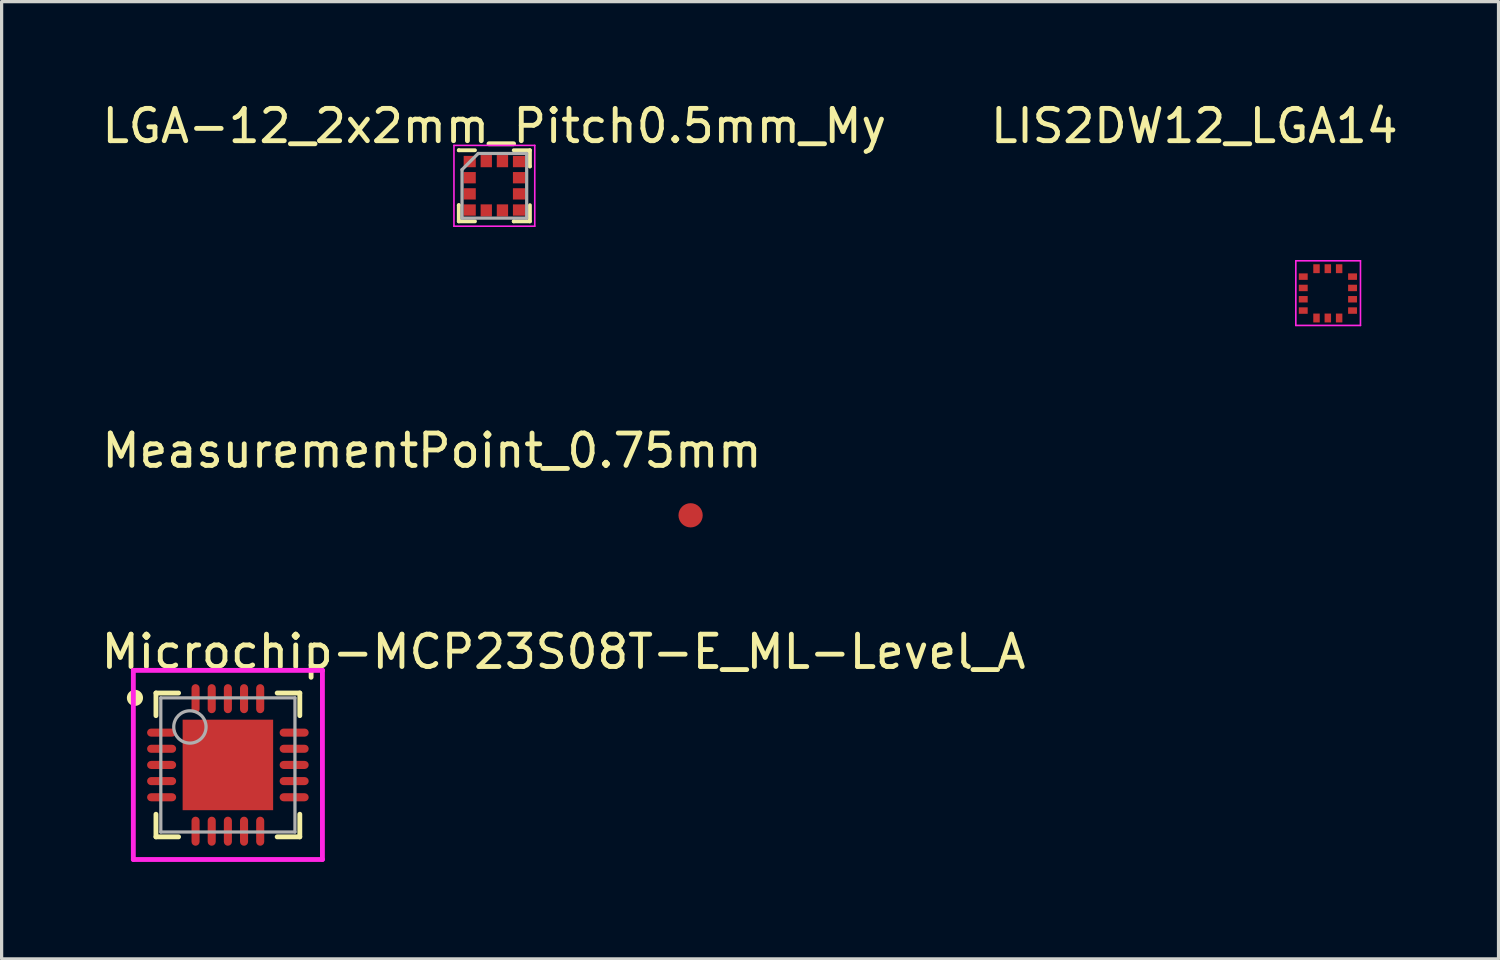
<source format=kicad_pcb>
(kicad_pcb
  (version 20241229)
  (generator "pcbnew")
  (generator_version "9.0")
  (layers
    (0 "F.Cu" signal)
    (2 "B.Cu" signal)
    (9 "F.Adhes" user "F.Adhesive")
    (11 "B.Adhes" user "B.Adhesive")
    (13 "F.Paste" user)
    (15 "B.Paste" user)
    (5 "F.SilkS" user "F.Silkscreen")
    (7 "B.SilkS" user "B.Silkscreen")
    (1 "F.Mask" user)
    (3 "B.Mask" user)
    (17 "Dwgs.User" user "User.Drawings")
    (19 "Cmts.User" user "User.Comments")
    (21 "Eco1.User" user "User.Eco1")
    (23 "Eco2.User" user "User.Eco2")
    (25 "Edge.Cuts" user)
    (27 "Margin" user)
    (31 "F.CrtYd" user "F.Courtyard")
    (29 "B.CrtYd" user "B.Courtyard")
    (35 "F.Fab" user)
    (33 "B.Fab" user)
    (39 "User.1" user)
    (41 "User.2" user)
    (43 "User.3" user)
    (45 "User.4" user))
  (footprint "LGA-12_2x2mm_Pitch0.5mm_My"
    (layer "F.Cu")
    (at 12.244 2.698)
    (property "Reference" "LGA-12_2x2mm_Pitch0.5mm_My" (at 0 -1.85 0) (layer "F.SilkS") (effects (font (size 1 1) (thickness 0.15))))
    (attr smd)
    (fp_line (start -1.1 -1.1) (end -1.1 -1.1) (stroke (width 0.12) (type solid)) (layer "F.SilkS"))
    (fp_line (start -1.1 0.6) (end -1.1 0.6) (stroke (width 0.12) (type solid)) (layer "F.SilkS"))
    (fp_line (start -1.1 1.1) (end -1.1 0.6) (stroke (width 0.12) (type solid)) (layer "F.SilkS"))
    (fp_line (start -0.6 -1.1) (end -1.1 -1.1) (stroke (width 0.12) (type solid)) (layer "F.SilkS"))
    (fp_line (start -0.6 1.1) (end -1.1 1.1) (stroke (width 0.12) (type solid)) (layer "F.SilkS"))
    (fp_line (start 0.6 -1.1) (end 1.1 -1.1) (stroke (width 0.12) (type solid)) (layer "F.SilkS"))
    (fp_line (start 0.6 1.1) (end 0.6 1.1) (stroke (width 0.12) (type solid)) (layer "F.SilkS"))
    (fp_line (start 1.1 -1.1) (end 1.1 -0.6) (stroke (width 0.12) (type solid)) (layer "F.SilkS"))
    (fp_line (start 1.1 -0.6) (end 1.1 -0.6) (stroke (width 0.12) (type solid)) (layer "F.SilkS"))
    (fp_line (start 1.1 0.6) (end 1.1 1.1) (stroke (width 0.12) (type solid)) (layer "F.SilkS"))
    (fp_line (start 1.1 1.1) (end 0.6 1.1) (stroke (width 0.12) (type solid)) (layer "F.SilkS"))
    (fp_line (start -1.25 -1.25) (end 1.25 -1.25) (stroke (width 0.05) (type solid)) (layer "F.CrtYd"))
    (fp_line (start -1.25 1.25) (end -1.25 -1.25) (stroke (width 0.05) (type solid)) (layer "F.CrtYd"))
    (fp_line (start 1.25 -1.25) (end 1.25 1.25) (stroke (width 0.05) (type solid)) (layer "F.CrtYd"))
    (fp_line (start 1.25 1.25) (end -1.25 1.25) (stroke (width 0.05) (type solid)) (layer "F.CrtYd"))
    (fp_line (start -1 -0.5) (end -0.5 -1) (stroke (width 0.1) (type solid)) (layer "F.Fab"))
    (fp_line (start -1 1) (end -1 -0.5) (stroke (width 0.1) (type solid)) (layer "F.Fab"))
    (fp_line (start -0.5 -1) (end 1 -1) (stroke (width 0.1) (type solid)) (layer "F.Fab"))
    (fp_line (start 1 -1) (end 1 1) (stroke (width 0.1) (type solid)) (layer "F.Fab"))
    (fp_line (start 1 1) (end -1 1) (stroke (width 0.1) (type solid)) (layer "F.Fab"))
    (pad "1" smd rect (at -0.762 -0.75) (size 0.375 0.35) (layers "F.Cu" "F.Mask" "F.Paste"))
    (pad "2" smd rect (at -0.762 -0.25) (size 0.375 0.35) (layers "F.Cu" "F.Mask" "F.Paste"))
    (pad "3" smd rect (at -0.762 0.25) (size 0.375 0.35) (layers "F.Cu" "F.Mask" "F.Paste"))
    (pad "4" smd rect (at -0.762 0.75) (size 0.375 0.35) (layers "F.Cu" "F.Mask" "F.Paste"))
    (pad "5" smd rect (at -0.25 0.762 90) (size 0.375 0.35) (layers "F.Cu" "F.Mask" "F.Paste"))
    (pad "6" smd rect (at 0.25 0.762 90) (size 0.375 0.35) (layers "F.Cu" "F.Mask" "F.Paste"))
    (pad "7" smd rect (at 0.762 0.75) (size 0.375 0.35) (layers "F.Cu" "F.Mask" "F.Paste"))
    (pad "8" smd rect (at 0.762 0.25) (size 0.375 0.35) (layers "F.Cu" "F.Mask" "F.Paste"))
    (pad "9" smd rect (at 0.762 -0.25) (size 0.375 0.35) (layers "F.Cu" "F.Mask" "F.Paste"))
    (pad "10" smd rect (at 0.762 -0.75) (size 0.375 0.35) (layers "F.Cu" "F.Mask" "F.Paste"))
    (pad "11" smd rect (at 0.25 -0.762 90) (size 0.375 0.35) (layers "F.Cu" "F.Mask" "F.Paste"))
    (pad "12" smd rect (at -0.25 -0.762 90) (size 0.375 0.35) (layers "F.Cu" "F.Mask" "F.Paste")))
  (footprint "MeasurementPoint_0.75mm"
    (layer "F.Cu")
    (at 18.315 12.892)
    (property "Reference" "MeasurementPoint_0.75mm" (at -8 -2 0) (layer "F.SilkS") (effects (font (size 1 1) (thickness 0.15))))
    (attr through_hole)
    (pad "1" smd circle (at 0 0) (size 0.75 0.75) (layers "F.Cu" "F.Mask" "F.Paste")))
  (footprint "LIS2DW12_LGA14"
    (layer "F.Cu")
    (at 38.039 6.268)
    (property "Reference" "LIS2DW12_LGA14" (at -4.14 -5.42 0) (layer "F.SilkS") (effects (font (size 1 1) (thickness 0.15))))
    (attr through_hole)
    (fp_line (start -1 -1.25) (end -1 0.75) (stroke (width 0.05) (type solid)) (layer "F.CrtYd"))
    (fp_line (start -1 -1.25) (end 1 -1.25) (stroke (width 0.05) (type solid)) (layer "F.CrtYd"))
    (fp_line (start -1 0.75) (end 1 0.75) (stroke (width 0.05) (type solid)) (layer "F.CrtYd"))
    (fp_line (start 1 -1.25) (end 1 0.75) (stroke (width 0.05) (type solid)) (layer "F.CrtYd"))
    (pad "1" smd rect (at -0.77 -0.76) (size 0.275 0.2) (layers "F.Cu" "F.Mask" "F.Paste"))
    (pad "2" smd rect (at -0.77 -0.41) (size 0.275 0.2) (layers "F.Cu" "F.Mask" "F.Paste"))
    (pad "3" smd rect (at -0.77 -0.06) (size 0.275 0.2) (layers "F.Cu" "F.Mask" "F.Paste"))
    (pad "4" smd rect (at -0.77 0.29) (size 0.275 0.2) (layers "F.Cu" "F.Mask" "F.Paste"))
    (pad "5" smd rect (at -0.36 0.52 90) (size 0.275 0.2) (layers "F.Cu" "F.Mask" "F.Paste"))
    (pad "6" smd rect (at -0.01 0.52 90) (size 0.275 0.2) (layers "F.Cu" "F.Mask" "F.Paste"))
    (pad "7" smd rect (at 0.34 0.52 90) (size 0.275 0.2) (layers "F.Cu" "F.Mask" "F.Paste"))
    (pad "8" smd rect (at 0.755 0.29) (size 0.275 0.2) (layers "F.Cu" "F.Mask" "F.Paste"))
    (pad "9" smd rect (at 0.755 -0.06) (size 0.275 0.2) (layers "F.Cu" "F.Mask" "F.Paste"))
    (pad "10" smd rect (at 0.755 -0.41) (size 0.275 0.2) (layers "F.Cu" "F.Mask" "F.Paste"))
    (pad "11" smd rect (at 0.755 -0.76) (size 0.275 0.2) (layers "F.Cu" "F.Mask" "F.Paste"))
    (pad "12" smd rect (at 0.34 -1.005 90) (size 0.275 0.2) (layers "F.Cu" "F.Mask" "F.Paste"))
    (pad "13" smd rect (at -0.01 -1.005 90) (size 0.275 0.2) (layers "F.Cu" "F.Mask" "F.Paste"))
    (pad "14" smd rect (at -0.36 -1.005 90) (size 0.275 0.2) (layers "F.Cu" "F.Mask" "F.Paste")))
  (footprint "Microchip-MCP23S08T-E_ML-Level_A"
    (layer "F.Cu")
    (at 4 20.615)
    (property "Reference" "Microchip-MCP23S08T-E_ML-Level_A" (at -4 -3.5 0) (layer "F.SilkS") (effects (font (size 1 1) (thickness 0.15)) (justify left)))
    (attr through_hole)
    (fp_line (start -2.225 -2.225) (end -1.525 -2.225) (stroke (width 0.15) (type solid)) (layer "F.SilkS"))
    (fp_line (start -2.225 -1.525) (end -2.225 -2.225) (stroke (width 0.15) (type solid)) (layer "F.SilkS"))
    (fp_line (start -2.225 2.225) (end -2.225 1.525) (stroke (width 0.15) (type solid)) (layer "F.SilkS"))
    (fp_line (start -2.225 2.225) (end -1.525 2.225) (stroke (width 0.15) (type solid)) (layer "F.SilkS"))
    (fp_line (start 1.525 -2.225) (end 2.225 -2.225) (stroke (width 0.15) (type solid)) (layer "F.SilkS"))
    (fp_line (start 1.525 2.225) (end 2.225 2.225) (stroke (width 0.15) (type solid)) (layer "F.SilkS"))
    (fp_line (start 2.225 -1.525) (end 2.225 -2.225) (stroke (width 0.15) (type solid)) (layer "F.SilkS"))
    (fp_line (start 2.225 2.225) (end 2.225 1.525) (stroke (width 0.15) (type solid)) (layer "F.SilkS"))
    (fp_circle (center -2.875 -2.075) (end -2.75 -2.075) (stroke (width 0.25) (type solid)) (fill no) (layer "F.SilkS"))
    (fp_line (start -2.925 -2.925) (end -2.925 2.925) (stroke (width 0.15) (type solid)) (layer "F.CrtYd"))
    (fp_line (start -2.925 2.925) (end 2.925 2.925) (stroke (width 0.15) (type solid)) (layer "F.CrtYd"))
    (fp_line (start 2.925 -2.925) (end -2.925 -2.925) (stroke (width 0.15) (type solid)) (layer "F.CrtYd"))
    (fp_line (start 2.925 -2.925) (end 2.925 -2.925) (stroke (width 0.15) (type solid)) (layer "F.CrtYd"))
    (fp_line (start 2.925 2.925) (end 2.925 -2.925) (stroke (width 0.15) (type solid)) (layer "F.CrtYd"))
    (fp_line (start -2.075 -2.075) (end 2.075 -2.075) (stroke (width 0.1) (type solid)) (layer "F.Fab"))
    (fp_line (start -2.075 2.075) (end -2.075 -2.075) (stroke (width 0.1) (type solid)) (layer "F.Fab"))
    (fp_line (start -2.075 2.075) (end 2.075 2.075) (stroke (width 0.1) (type solid)) (layer "F.Fab"))
    (fp_line (start 2.075 2.075) (end 2.075 -2.075) (stroke (width 0.1) (type solid)) (layer "F.Fab"))
    (fp_circle (center -1.175 -1.175) (end -0.675 -1.175) (stroke (width 0.1) (type solid)) (fill no) (layer "F.Fab"))
    (pad "1" smd roundrect (at -2.05 -1 270) (size 0.25 0.9) (layers "F.Cu" "F.Mask" "F.Paste") (roundrect_rratio 0.5))
    (pad "2" smd roundrect (at -2.05 -0.5 270) (size 0.25 0.9) (layers "F.Cu" "F.Mask" "F.Paste") (roundrect_rratio 0.5))
    (pad "3" smd roundrect (at -2.05 -0.000001 270) (size 0.25 0.9) (layers "F.Cu" "F.Mask" "F.Paste") (roundrect_rratio 0.5))
    (pad "4" smd roundrect (at -2.05 0.5 270) (size 0.25 0.9) (layers "F.Cu" "F.Mask" "F.Paste") (roundrect_rratio 0.5))
    (pad "5" smd roundrect (at -2.05 1 270) (size 0.25 0.9) (layers "F.Cu" "F.Mask" "F.Paste") (roundrect_rratio 0.5))
    (pad "6" smd roundrect (at -1 2.05) (size 0.25 0.9) (layers "F.Cu" "F.Mask" "F.Paste") (roundrect_rratio 0.5))
    (pad "7" smd roundrect (at -0.5 2.05) (size 0.25 0.9) (layers "F.Cu" "F.Mask" "F.Paste") (roundrect_rratio 0.5))
    (pad "8" smd roundrect (at 0.000004 2.05) (size 0.25 0.9) (layers "F.Cu" "F.Mask" "F.Paste") (roundrect_rratio 0.5))
    (pad "9" smd roundrect (at 0.5 2.05) (size 0.25 0.9) (layers "F.Cu" "F.Mask" "F.Paste") (roundrect_rratio 0.5))
    (pad "10" smd roundrect (at 1 2.05) (size 0.25 0.9) (layers "F.Cu" "F.Mask" "F.Paste") (roundrect_rratio 0.5))
    (pad "11" smd roundrect (at 2.05 1 270) (size 0.25 0.9) (layers "F.Cu" "F.Mask" "F.Paste") (roundrect_rratio 0.5))
    (pad "12" smd roundrect (at 2.05 0.5 270) (size 0.25 0.9) (layers "F.Cu" "F.Mask" "F.Paste") (roundrect_rratio 0.5))
    (pad "13" smd roundrect (at 2.05 -0.000001 270) (size 0.25 0.9) (layers "F.Cu" "F.Mask" "F.Paste") (roundrect_rratio 0.5))
    (pad "14" smd roundrect (at 2.05 -0.5 270) (size 0.25 0.9) (layers "F.Cu" "F.Mask" "F.Paste") (roundrect_rratio 0.5))
    (pad "15" smd roundrect (at 2.05 -1 270) (size 0.25 0.9) (layers "F.Cu" "F.Mask" "F.Paste") (roundrect_rratio 0.5))
    (pad "16" smd roundrect (at 1 -2.05) (size 0.25 0.9) (layers "F.Cu" "F.Mask" "F.Paste") (roundrect_rratio 0.5))
    (pad "17" smd roundrect (at 0.5 -2.05) (size 0.25 0.9) (layers "F.Cu" "F.Mask" "F.Paste") (roundrect_rratio 0.5))
    (pad "18" smd roundrect (at 0.000004 -2.05) (size 0.25 0.9) (layers "F.Cu" "F.Mask" "F.Paste") (roundrect_rratio 0.5))
    (pad "19" smd roundrect (at -0.5 -2.05) (size 0.25 0.9) (layers "F.Cu" "F.Mask" "F.Paste") (roundrect_rratio 0.5))
    (pad "20" smd roundrect (at -1 -2.05) (size 0.25 0.9) (layers "F.Cu" "F.Mask" "F.Paste") (roundrect_rratio 0.5))
    (pad "21" smd rect (at 0.000004 0.000001) (size 2.8 2.8) (layers "F.Cu" "F.Mask" "F.Paste")))
  (gr_rect
    (start -3 -3)
    (end 43.31 26.615)
    (stroke (width 0.1) (type default))
    (fill no)
    (layer "Edge.Cuts")))
</source>
